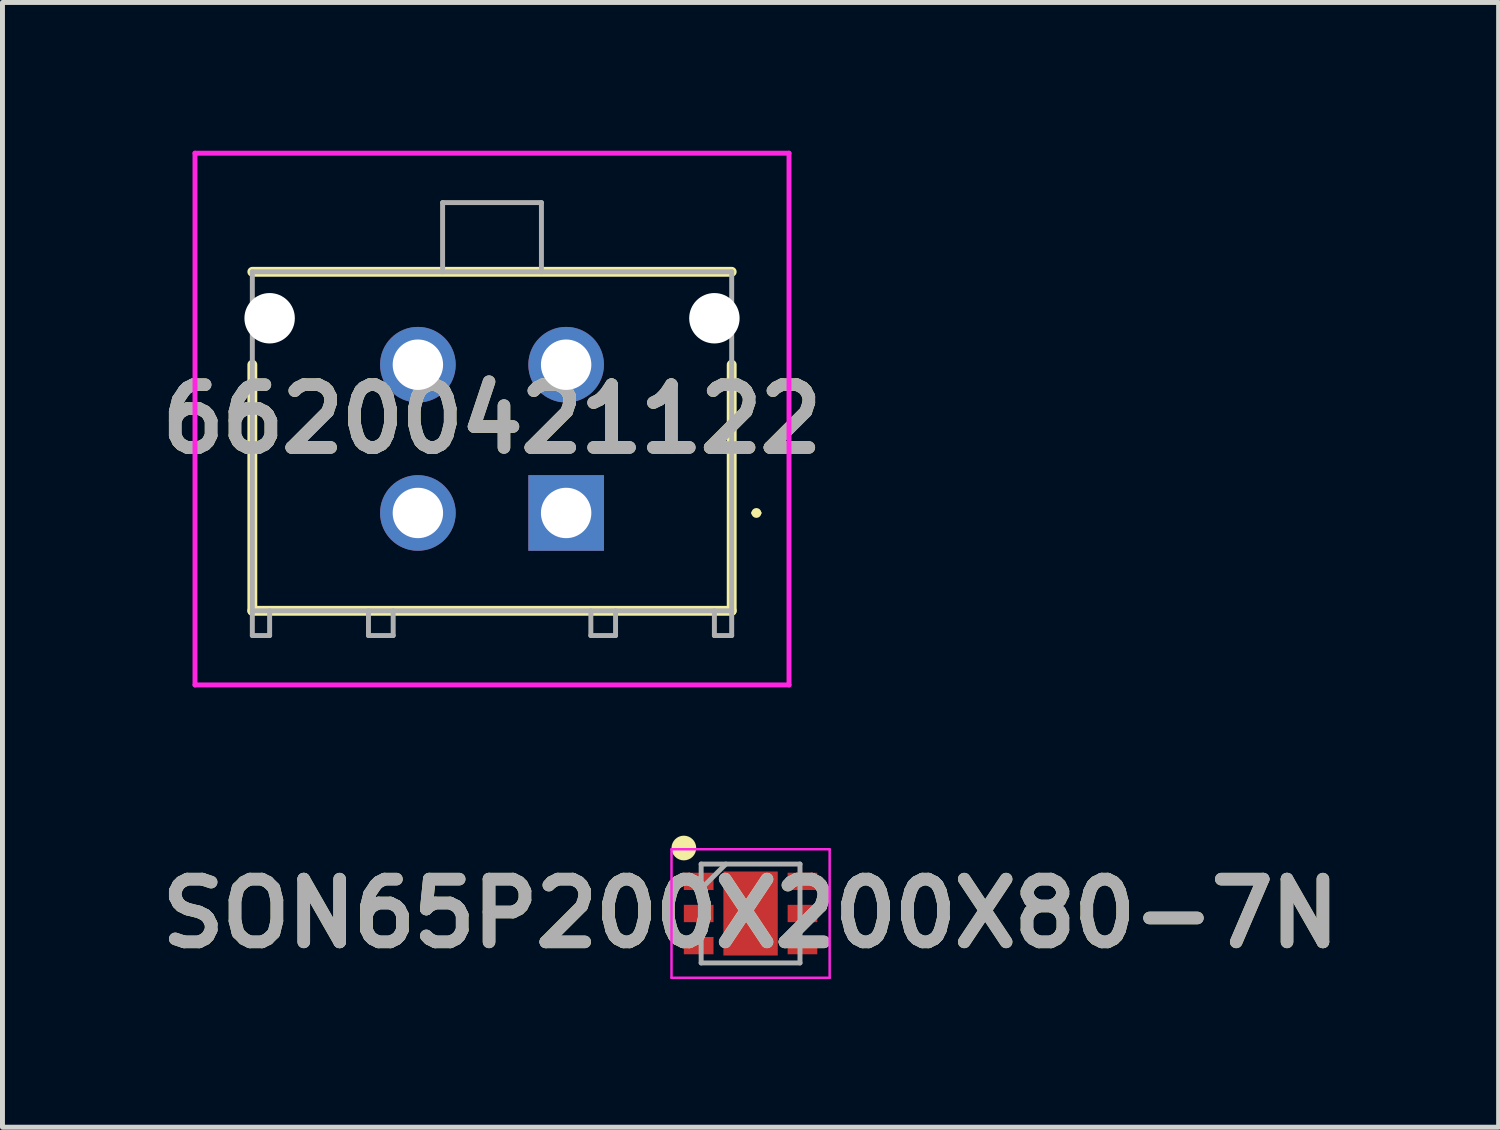
<source format=kicad_pcb>
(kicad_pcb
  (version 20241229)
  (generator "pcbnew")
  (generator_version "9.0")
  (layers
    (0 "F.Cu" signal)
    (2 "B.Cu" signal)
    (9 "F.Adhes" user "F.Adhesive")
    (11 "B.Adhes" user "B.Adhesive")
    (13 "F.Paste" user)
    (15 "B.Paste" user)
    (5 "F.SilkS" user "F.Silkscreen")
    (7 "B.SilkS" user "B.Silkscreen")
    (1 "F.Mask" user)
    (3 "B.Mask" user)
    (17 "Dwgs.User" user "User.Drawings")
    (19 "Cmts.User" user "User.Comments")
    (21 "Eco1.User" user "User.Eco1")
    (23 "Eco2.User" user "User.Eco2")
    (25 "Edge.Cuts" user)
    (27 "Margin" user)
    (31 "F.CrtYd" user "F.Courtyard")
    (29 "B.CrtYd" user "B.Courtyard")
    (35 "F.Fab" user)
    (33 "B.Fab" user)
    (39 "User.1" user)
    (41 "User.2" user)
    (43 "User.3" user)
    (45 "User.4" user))
  (footprint "SON65P200X200X80-7N"
    (layer "F.Cu")
    (at 12.138 15.435)
    (property "Reference" "SON65P200X200X80-7N" (at 0 0 0) (layer "F.SilkS") (effects (font (size 1.27 1.27) (thickness 0.254))))
    (attr smd)
    (fp_circle (center -1.35 -1.325) (end -1.35 -1.2) (stroke (width 0.25) (type solid)) (fill no) (layer "F.SilkS"))
    (fp_line (start -1.6 -1.3) (end 1.6 -1.3) (stroke (width 0.05) (type solid)) (layer "F.CrtYd"))
    (fp_line (start -1.6 1.3) (end -1.6 -1.3) (stroke (width 0.05) (type solid)) (layer "F.CrtYd"))
    (fp_line (start 1.6 -1.3) (end 1.6 1.3) (stroke (width 0.05) (type solid)) (layer "F.CrtYd"))
    (fp_line (start 1.6 1.3) (end -1.6 1.3) (stroke (width 0.05) (type solid)) (layer "F.CrtYd"))
    (fp_line (start -1 -1) (end 1 -1) (stroke (width 0.1) (type solid)) (layer "F.Fab"))
    (fp_line (start -1 -0.5) (end -0.5 -1) (stroke (width 0.1) (type solid)) (layer "F.Fab"))
    (fp_line (start -1 1) (end -1 -1) (stroke (width 0.1) (type solid)) (layer "F.Fab"))
    (fp_line (start 1 -1) (end 1 1) (stroke (width 0.1) (type solid)) (layer "F.Fab"))
    (fp_line (start 1 1) (end -1 1) (stroke (width 0.1) (type solid)) (layer "F.Fab"))
    (fp_text user "${REFERENCE}" (at 0 0 0) (layer "F.Fab") (effects (font (size 1.27 1.27) (thickness 0.254))))
    (pad "1" smd rect (at -1.05 -0.65 90) (size 0.35 0.6) (layers "F.Cu" "F.Mask" "F.Paste"))
    (pad "2" smd rect (at -1.05 0 90) (size 0.35 0.6) (layers "F.Cu" "F.Mask" "F.Paste"))
    (pad "3" smd rect (at -1.05 0.65 90) (size 0.35 0.6) (layers "F.Cu" "F.Mask" "F.Paste"))
    (pad "4" smd rect (at 1.05 0.65 90) (size 0.35 0.6) (layers "F.Cu" "F.Mask" "F.Paste"))
    (pad "5" smd rect (at 1.05 0 90) (size 0.35 0.6) (layers "F.Cu" "F.Mask" "F.Paste"))
    (pad "6" smd rect (at 1.05 -0.65 90) (size 0.35 0.6) (layers "F.Cu" "F.Mask" "F.Paste"))
    (pad "7" smd rect (at 0 0) (size 1.1 1.7) (layers "F.Cu" "F.Mask" "F.Paste")))
  (footprint "66200421122"
    (layer "F.Cu")
    (at 8.406 7.33)
    (property "Reference" "66200421122" (at -1.5 -1.9 0) (layer "F.SilkS") (effects (font (size 1.27 1.27) (thickness 0.254))))
    (attr through_hole)
    (fp_line (start -6.35 -4.88) (end 3.35 -4.88) (stroke (width 0.2) (type solid)) (layer "F.SilkS"))
    (fp_line (start -6.35 -3) (end -6.35 1.98) (stroke (width 0.2) (type solid)) (layer "F.SilkS"))
    (fp_line (start -6.35 1.98) (end 3.35 1.98) (stroke (width 0.2) (type solid)) (layer "F.SilkS"))
    (fp_line (start 3.35 1.98) (end 3.35 -3) (stroke (width 0.2) (type solid)) (layer "F.SilkS"))
    (fp_line (start 3.8 0) (end 3.8 0) (stroke (width 0.1) (type solid)) (layer "F.SilkS"))
    (fp_line (start 3.9 0) (end 3.9 0) (stroke (width 0.1) (type solid)) (layer "F.SilkS"))
    (fp_arc (start 3.8 0) (mid 3.85 -0.05) (end 3.9 0) (stroke (width 0.1) (type solid)) (layer "F.SilkS"))
    (fp_arc (start 3.9 0) (mid 3.85 0.05) (end 3.8 0) (stroke (width 0.1) (type solid)) (layer "F.SilkS"))
    (fp_line (start -7.51 -7.28) (end 4.51 -7.28) (stroke (width 0.1) (type solid)) (layer "F.CrtYd"))
    (fp_line (start -7.51 3.48) (end -7.51 -7.28) (stroke (width 0.1) (type solid)) (layer "F.CrtYd"))
    (fp_line (start 4.51 -7.28) (end 4.51 3.48) (stroke (width 0.1) (type solid)) (layer "F.CrtYd"))
    (fp_line (start 4.51 3.48) (end -7.51 3.48) (stroke (width 0.1) (type solid)) (layer "F.CrtYd"))
    (fp_line (start -6.35 -4.88) (end 3.35 -4.88) (stroke (width 0.1) (type solid)) (layer "F.Fab"))
    (fp_line (start -6.35 1.98) (end -6.35 -4.88) (stroke (width 0.1) (type solid)) (layer "F.Fab"))
    (fp_line (start -6.35 1.98) (end -6.35 2.48) (stroke (width 0.1) (type solid)) (layer "F.Fab"))
    (fp_line (start -6.35 2.48) (end -6 2.48) (stroke (width 0.1) (type solid)) (layer "F.Fab"))
    (fp_line (start -6 2.48) (end -6 1.98) (stroke (width 0.1) (type solid)) (layer "F.Fab"))
    (fp_line (start -4 2.48) (end -4 1.98) (stroke (width 0.1) (type solid)) (layer "F.Fab"))
    (fp_line (start -3.5 1.98) (end -3.5 2.48) (stroke (width 0.1) (type solid)) (layer "F.Fab"))
    (fp_line (start -3.5 2.48) (end -4 2.48) (stroke (width 0.1) (type solid)) (layer "F.Fab"))
    (fp_line (start -2.5 -6.28) (end -0.5 -6.28) (stroke (width 0.1) (type solid)) (layer "F.Fab"))
    (fp_line (start -2.5 -4.88) (end -2.5 -6.28) (stroke (width 0.1) (type solid)) (layer "F.Fab"))
    (fp_line (start -0.5 -6.28) (end -0.5 -4.88) (stroke (width 0.1) (type solid)) (layer "F.Fab"))
    (fp_line (start 0.5 2.48) (end 0.5 1.98) (stroke (width 0.1) (type solid)) (layer "F.Fab"))
    (fp_line (start 1 1.98) (end 1 2.48) (stroke (width 0.1) (type solid)) (layer "F.Fab"))
    (fp_line (start 1 2.48) (end 0.5 2.48) (stroke (width 0.1) (type solid)) (layer "F.Fab"))
    (fp_line (start 3 2.48) (end 3 1.98) (stroke (width 0.1) (type solid)) (layer "F.Fab"))
    (fp_line (start 3.35 -4.88) (end 3.35 1.98) (stroke (width 0.1) (type solid)) (layer "F.Fab"))
    (fp_line (start 3.35 1.98) (end -6.35 1.98) (stroke (width 0.1) (type solid)) (layer "F.Fab"))
    (fp_line (start 3.35 1.98) (end 3.35 2.48) (stroke (width 0.1) (type solid)) (layer "F.Fab"))
    (fp_line (start 3.35 2.48) (end 3 2.48) (stroke (width 0.1) (type solid)) (layer "F.Fab"))
    (fp_text user "${REFERENCE}" (at -1.5 -1.9 0) (layer "F.Fab") (effects (font (size 1.27 1.27) (thickness 0.254))))
    (pad "" np_thru_hole circle (at -6 -3.94) (size 1.02 1.02) (drill 1.02) (layers "*.Cu" "*.Mask"))
    (pad "" np_thru_hole circle (at 3 -3.94) (size 1.02 1.02) (drill 1.02) (layers "*.Cu" "*.Mask"))
    (pad "1" thru_hole rect (at 0 0) (size 1.53 1.53) (drill 1.02) (layers "*.Cu" "*.Mask"))
    (pad "2" thru_hole circle (at -3 0) (size 1.53 1.53) (drill 1.02) (layers "*.Cu" "*.Mask"))
    (pad "3" thru_hole circle (at 0 -3) (size 1.53 1.53) (drill 1.02) (layers "*.Cu" "*.Mask"))
    (pad "4" thru_hole circle (at -3 -3) (size 1.53 1.53) (drill 1.02) (layers "*.Cu" "*.Mask")))
  (gr_rect
    (start -3 -3)
    (end 27.275 19.76)
    (stroke (width 0.1) (type default))
    (fill no)
    (layer "Edge.Cuts")))
</source>
